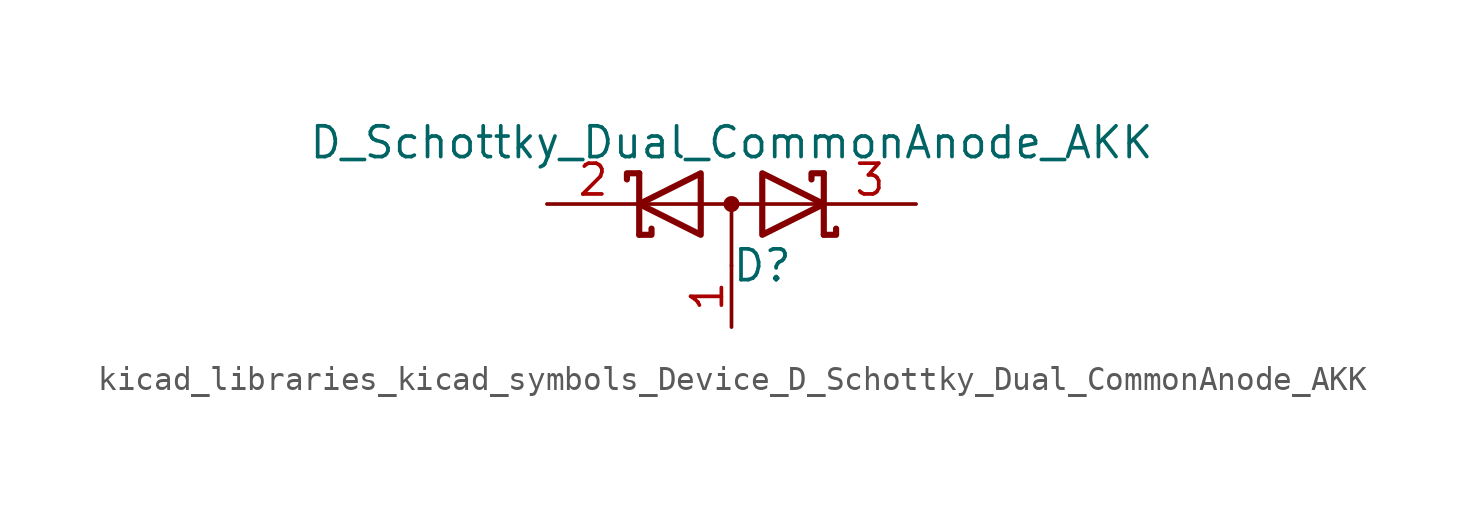
<source format=kicad_sym>
(kicad_symbol_lib
  (version 20220914)
  (generator kicad_symbol_editor)
  (symbol "kicad_libraries_kicad_symbols_Device_D_Schottky_Dual_CommonAnode_AKK"
    (pin_names
      (offset 0.762) hide)
    (property "Reference" "D"
      (at 1.27 -2.54 0)
      (effects (font (size 1.27 1.27))))
    (property "Value" "D_Schottky_Dual_CommonAnode_AKK"
      (at 0 2.54 0)
      (effects (font (size 1.27 1.27))))
    (symbol "kicad_libraries_kicad_symbols_Device_D_Schottky_Dual_CommonAnode_AKK_0_1"
      (polyline (pts (xy -3.556 0) (xy 3.81 0)) (stroke (width 0) (type default)) (fill (type none)))
      (polyline (pts (xy 0 0) (xy 0 -2.54)) (stroke (width 0) (type default)) (fill (type none)))
      (polyline (pts (xy -3.81 1.27) (xy -3.81 -1.27) (xy -3.81 -1.27)) (stroke (width 0.254) (type default)) (fill (type none)))
      (polyline (pts (xy 3.81 1.27) (xy 3.81 -1.27) (xy 3.81 -1.27)) (stroke (width 0.254) (type default)) (fill (type none)))
      (polyline (pts (xy -3.81 1.27) (xy -4.318 1.27) (xy -4.318 1.016) (xy -4.318 1.016)) (stroke (width 0.254) (type default)) (fill (type none)))
      (polyline (pts (xy 3.81 -1.27) (xy 4.318 -1.27) (xy 4.318 -1.016) (xy 4.318 -1.016)) (stroke (width 0.254) (type default)) (fill (type none)))
      (polyline (pts (xy 3.81 1.27) (xy 3.302 1.27) (xy 3.302 1.016) (xy 3.302 1.016)) (stroke (width 0.254) (type default)) (fill (type none)))
      (polyline (pts (xy -3.302 -1.016) (xy -3.302 -1.27) (xy -3.81 -1.27) (xy -3.81 -1.27) (xy -3.81 -1.27)) (stroke (width 0.254) (type default)) (fill (type none)))
      (polyline (pts (xy -1.27 -1.27) (xy -3.81 0) (xy -1.27 1.27) (xy -1.27 -1.27) (xy -1.27 -1.27) (xy -1.27 -1.27)) (stroke (width 0.254) (type default)) (fill (type none)))
      (polyline (pts (xy 1.27 1.27) (xy 3.81 0) (xy 1.27 -1.27) (xy 1.27 1.27) (xy 1.27 1.27) (xy 1.27 1.27)) (stroke (width 0.254) (type default)) (fill (type none)))
      (circle (center 0 0) (radius 0.254) (stroke (width 0) (type default)) (fill (type outline)))
      (pin passive line (at 0 -5.08 90) (length 2.54) (name "A" (effects (font (size 1.27 1.27)))) (number "1" (effects (font (size 1.27 1.27)))))
      (pin passive line (at -7.62 0 0) (length 3.81) (name "K" (effects (font (size 1.27 1.27)))) (number "2" (effects (font (size 1.27 1.27)))))
      (pin passive line (at 7.62 0 180) (length 3.81) (name "K" (effects (font (size 1.27 1.27)))) (number "3" (effects (font (size 1.27 1.27))))))))
</source>
